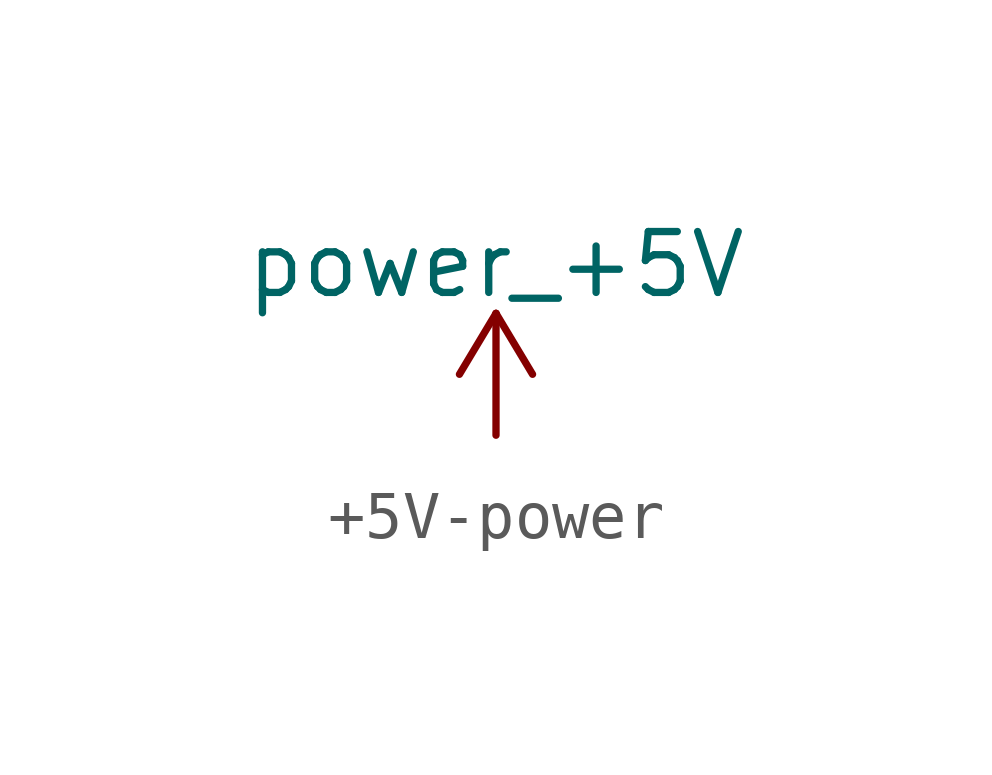
<source format=kicad_sym>
(kicad_symbol_lib
  (version 20241209)
  (generator "kicad_symbol_editor")
  (generator_version "9.0")
  (symbol "+5V-power"
    (power)
    (pin_names
      (offset 0))
    (property "Reference" "#PWR"
      (at 0 -3.81 0)
      (effects (font (size 1.27 1.27)) (hide yes)))
    (property "Value" "power_+5V"
      (at 0 3.556 0)
      (effects (font (size 1.27 1.27))))
    (symbol "+5V-power_0_1"
      (polyline (pts (xy -0.762 1.27) (xy 0 2.54)) (stroke (width 0) (type solid)) (fill (type none)))
      (polyline (pts (xy 0 2.54) (xy 0.762 1.27)) (stroke (width 0) (type solid)) (fill (type none)))
      (polyline (pts (xy 0 0) (xy 0 2.54)) (stroke (width 0) (type solid)) (fill (type none))))
    (symbol "+5V-power_1_1"
      (pin power_in line (at 0 0 90) (length 0) (hide yes) (name "+5V" (effects (font (size 1.27 1.27)))) (number "1" (effects (font (size 1.27 1.27))))))))
</source>
